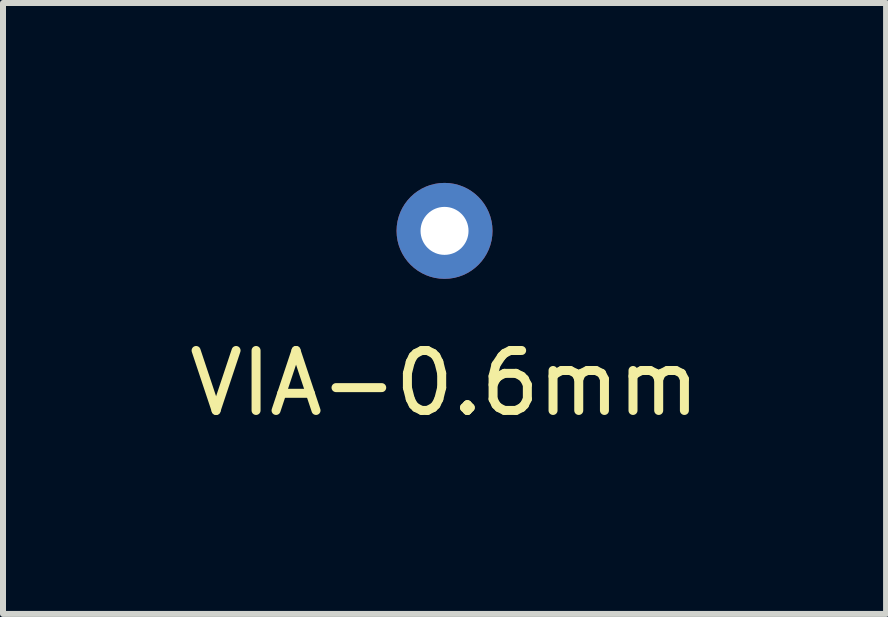
<source format=kicad_pcb>
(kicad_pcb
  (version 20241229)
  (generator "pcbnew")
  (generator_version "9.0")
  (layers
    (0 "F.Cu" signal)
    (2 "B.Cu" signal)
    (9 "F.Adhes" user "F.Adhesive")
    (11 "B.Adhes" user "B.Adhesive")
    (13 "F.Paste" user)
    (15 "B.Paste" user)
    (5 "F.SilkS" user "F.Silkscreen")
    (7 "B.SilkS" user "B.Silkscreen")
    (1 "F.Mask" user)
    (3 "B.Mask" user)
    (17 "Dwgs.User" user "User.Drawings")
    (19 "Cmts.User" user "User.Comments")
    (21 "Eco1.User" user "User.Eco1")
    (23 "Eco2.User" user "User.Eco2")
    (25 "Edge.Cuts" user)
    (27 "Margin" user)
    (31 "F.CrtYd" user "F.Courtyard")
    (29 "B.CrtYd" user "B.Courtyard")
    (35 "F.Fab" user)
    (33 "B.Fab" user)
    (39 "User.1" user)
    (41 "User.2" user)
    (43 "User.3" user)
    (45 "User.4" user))
  (footprint "VIA-0.6mm"
    (layer "F.Cu")
    (at 4.363 0.8)
    (property "Reference" "VIA-0.6mm" (at 0 2.54 0) (layer "F.SilkS") (effects (font (size 1 1) (thickness 0.15))))
    (attr through_hole)
    (pad "1" thru_hole circle (at 0 0) (size 1.6 1.6) (drill 0.8) (layers "*.Cu" "*.Mask")))
  (gr_rect
    (start -3 -3)
    (end 11.726 7.188)
    (stroke (width 0.1) (type default))
    (fill no)
    (layer "Edge.Cuts")))
</source>
